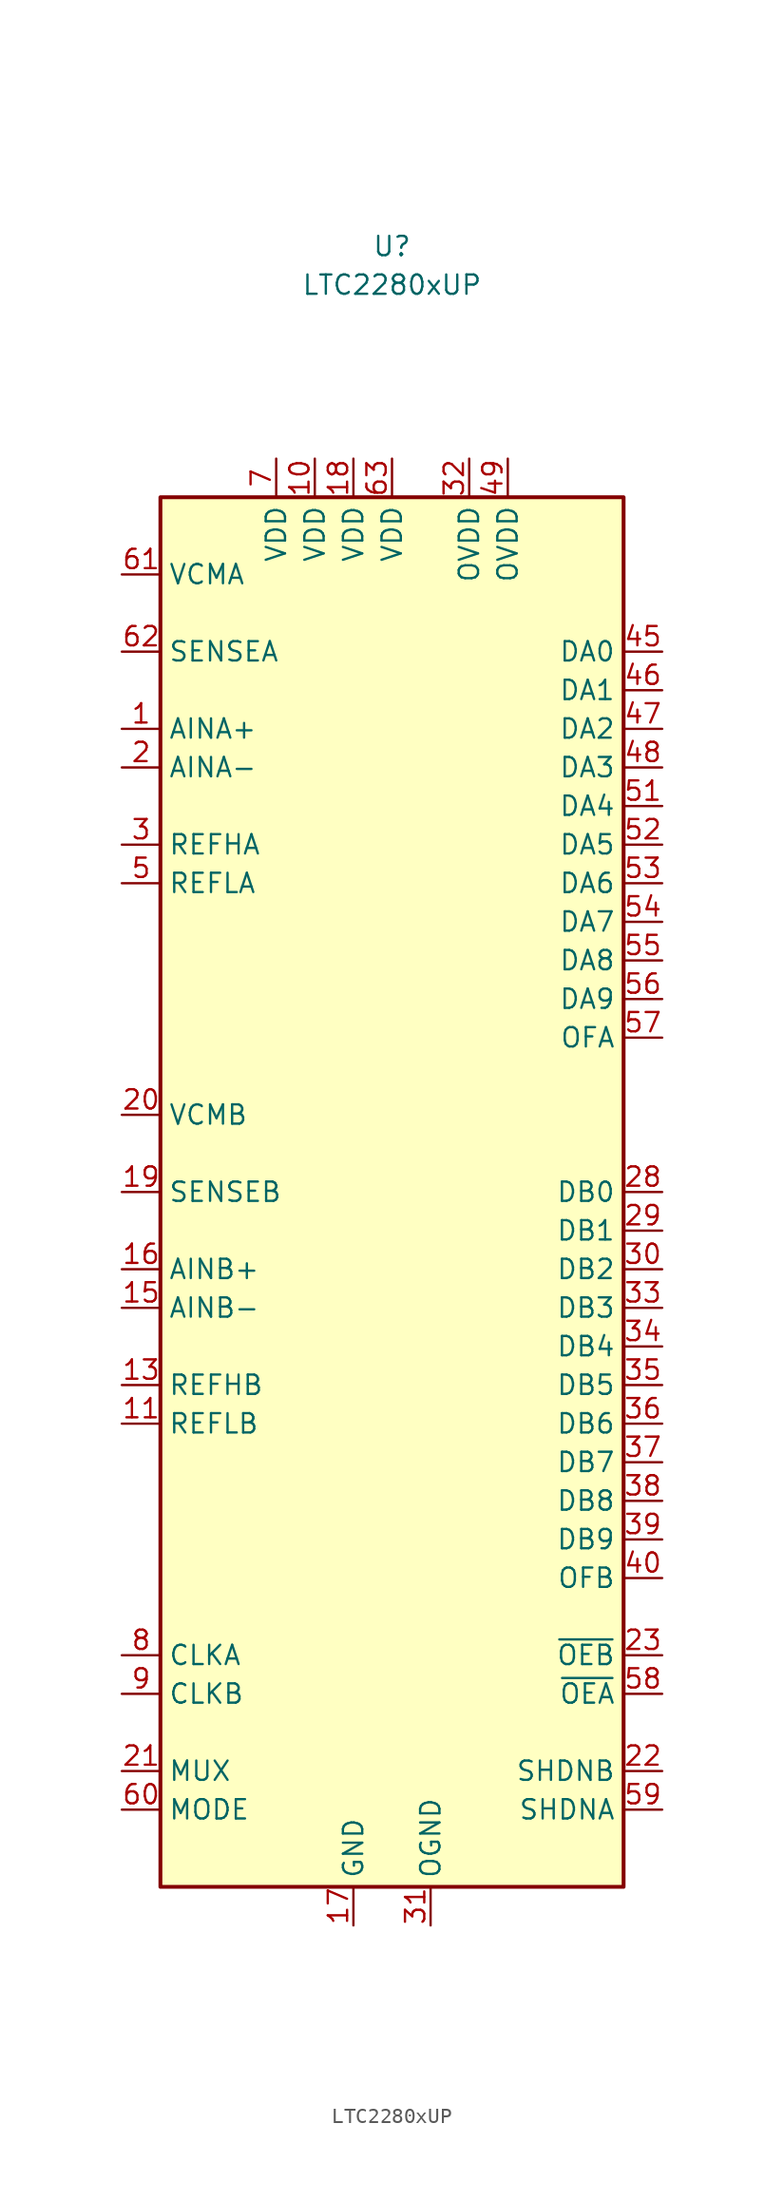
<source format=kicad_sym>
(kicad_symbol_lib
  (version 20211014)
  (generator kicad_symbol_editor)
  (symbol "LTC2280xUP"
    (property "Reference" "U"
      (at 0 0 0)
      (effects (font (size 1.27 1.27))))
    (property "Value" "LTC2280xUP"
      (at 0 -2.54 0)
      (effects (font (size 1.27 1.27))))
    (symbol "LTC2280xUP_0_1"
      (rectangle (start -15.24 -16.51) (end 15.24 -107.95) (stroke (width 0.254) (type default) (color 0 0 0 0)) (fill (type background))))
    (symbol "LTC2280xUP_1_1"
      (pin input line (at -17.78 -31.75 0) (length 2.54) (name "AINA+" (effects (font (size 1.27 1.27)))) (number "1" (effects (font (size 1.27 1.27)))))
      (pin power_in line (at -5.08 -13.97 270) (length 2.54) (name "VDD" (effects (font (size 1.27 1.27)))) (number "10" (effects (font (size 1.27 1.27)))))
      (pin input line (at -17.78 -77.47 0) (length 2.54) (name "REFLB" (effects (font (size 1.27 1.27)))) (number "11" (effects (font (size 1.27 1.27)))))
      (pin input line (at -17.78 -77.47 0) (length 2.54) hide (name "REFLB" (effects (font (size 1.27 1.27)))) (number "12" (effects (font (size 1.27 1.27)))))
      (pin input line (at -17.78 -74.93 0) (length 2.54) (name "REFHB" (effects (font (size 1.27 1.27)))) (number "13" (effects (font (size 1.27 1.27)))))
      (pin input line (at -17.78 -74.93 0) (length 2.54) hide (name "REFHB" (effects (font (size 1.27 1.27)))) (number "14" (effects (font (size 1.27 1.27)))))
      (pin input line (at -17.78 -69.85 0) (length 2.54) (name "AINB-" (effects (font (size 1.27 1.27)))) (number "15" (effects (font (size 1.27 1.27)))))
      (pin input line (at -17.78 -67.31 0) (length 2.54) (name "AINB+" (effects (font (size 1.27 1.27)))) (number "16" (effects (font (size 1.27 1.27)))))
      (pin power_in line (at -2.54 -110.49 90) (length 2.54) (name "GND" (effects (font (size 1.27 1.27)))) (number "17" (effects (font (size 1.27 1.27)))))
      (pin power_in line (at -2.54 -13.97 270) (length 2.54) (name "VDD" (effects (font (size 1.27 1.27)))) (number "18" (effects (font (size 1.27 1.27)))))
      (pin input line (at -17.78 -62.23 0) (length 2.54) (name "SENSEB" (effects (font (size 1.27 1.27)))) (number "19" (effects (font (size 1.27 1.27)))))
      (pin input line (at -17.78 -34.29 0) (length 2.54) (name "AINA-" (effects (font (size 1.27 1.27)))) (number "2" (effects (font (size 1.27 1.27)))))
      (pin passive line (at -17.78 -57.15 0) (length 2.54) (name "VCMB" (effects (font (size 1.27 1.27)))) (number "20" (effects (font (size 1.27 1.27)))))
      (pin input line (at -17.78 -100.33 0) (length 2.54) (name "MUX" (effects (font (size 1.27 1.27)))) (number "21" (effects (font (size 1.27 1.27)))))
      (pin input line (at 17.78 -100.33 180) (length 2.54) (name "SHDNB" (effects (font (size 1.27 1.27)))) (number "22" (effects (font (size 1.27 1.27)))))
      (pin input line (at 17.78 -92.71 180) (length 2.54) (name "~{OEB}" (effects (font (size 1.27 1.27)))) (number "23" (effects (font (size 1.27 1.27)))))
      (pin no_connect line (at -15.24 -82.55 0) (length 2.54) hide (name "NC" (effects (font (size 1.27 1.27)))) (number "24" (effects (font (size 1.27 1.27)))))
      (pin no_connect line (at -15.24 -85.09 0) (length 2.54) hide (name "NC" (effects (font (size 1.27 1.27)))) (number "25" (effects (font (size 1.27 1.27)))))
      (pin no_connect line (at 15.24 -57.15 180) (length 2.54) hide (name "NC" (effects (font (size 1.27 1.27)))) (number "26" (effects (font (size 1.27 1.27)))))
      (pin no_connect line (at 15.24 -59.69 180) (length 2.54) hide (name "NC" (effects (font (size 1.27 1.27)))) (number "27" (effects (font (size 1.27 1.27)))))
      (pin output line (at 17.78 -62.23 180) (length 2.54) (name "DB0" (effects (font (size 1.27 1.27)))) (number "28" (effects (font (size 1.27 1.27)))))
      (pin output line (at 17.78 -64.77 180) (length 2.54) (name "DB1" (effects (font (size 1.27 1.27)))) (number "29" (effects (font (size 1.27 1.27)))))
      (pin input line (at -17.78 -39.37 0) (length 2.54) (name "REFHA" (effects (font (size 1.27 1.27)))) (number "3" (effects (font (size 1.27 1.27)))))
      (pin output line (at 17.78 -67.31 180) (length 2.54) (name "DB2" (effects (font (size 1.27 1.27)))) (number "30" (effects (font (size 1.27 1.27)))))
      (pin power_in line (at 2.54 -110.49 90) (length 2.54) (name "OGND" (effects (font (size 1.27 1.27)))) (number "31" (effects (font (size 1.27 1.27)))))
      (pin power_in line (at 5.08 -13.97 270) (length 2.54) (name "OVDD" (effects (font (size 1.27 1.27)))) (number "32" (effects (font (size 1.27 1.27)))))
      (pin output line (at 17.78 -69.85 180) (length 2.54) (name "DB3" (effects (font (size 1.27 1.27)))) (number "33" (effects (font (size 1.27 1.27)))))
      (pin output line (at 17.78 -72.39 180) (length 2.54) (name "DB4" (effects (font (size 1.27 1.27)))) (number "34" (effects (font (size 1.27 1.27)))))
      (pin output line (at 17.78 -74.93 180) (length 2.54) (name "DB5" (effects (font (size 1.27 1.27)))) (number "35" (effects (font (size 1.27 1.27)))))
      (pin output line (at 17.78 -77.47 180) (length 2.54) (name "DB6" (effects (font (size 1.27 1.27)))) (number "36" (effects (font (size 1.27 1.27)))))
      (pin output line (at 17.78 -80.01 180) (length 2.54) (name "DB7" (effects (font (size 1.27 1.27)))) (number "37" (effects (font (size 1.27 1.27)))))
      (pin output line (at 17.78 -82.55 180) (length 2.54) (name "DB8" (effects (font (size 1.27 1.27)))) (number "38" (effects (font (size 1.27 1.27)))))
      (pin output line (at 17.78 -85.09 180) (length 2.54) (name "DB9" (effects (font (size 1.27 1.27)))) (number "39" (effects (font (size 1.27 1.27)))))
      (pin input line (at -17.78 -39.37 0) (length 2.54) hide (name "REFHA" (effects (font (size 1.27 1.27)))) (number "4" (effects (font (size 1.27 1.27)))))
      (pin output line (at 17.78 -87.63 180) (length 2.54) (name "OFB" (effects (font (size 1.27 1.27)))) (number "40" (effects (font (size 1.27 1.27)))))
      (pin no_connect line (at -15.24 -87.63 0) (length 2.54) hide (name "NC" (effects (font (size 1.27 1.27)))) (number "41" (effects (font (size 1.27 1.27)))))
      (pin no_connect line (at -15.24 -90.17 0) (length 2.54) hide (name "NC" (effects (font (size 1.27 1.27)))) (number "42" (effects (font (size 1.27 1.27)))))
      (pin no_connect line (at 15.24 -21.59 180) (length 2.54) hide (name "NC" (effects (font (size 1.27 1.27)))) (number "43" (effects (font (size 1.27 1.27)))))
      (pin no_connect line (at 15.24 -24.13 180) (length 2.54) hide (name "NC" (effects (font (size 1.27 1.27)))) (number "44" (effects (font (size 1.27 1.27)))))
      (pin output line (at 17.78 -26.67 180) (length 2.54) (name "DA0" (effects (font (size 1.27 1.27)))) (number "45" (effects (font (size 1.27 1.27)))))
      (pin output line (at 17.78 -29.21 180) (length 2.54) (name "DA1" (effects (font (size 1.27 1.27)))) (number "46" (effects (font (size 1.27 1.27)))))
      (pin output line (at 17.78 -31.75 180) (length 2.54) (name "DA2" (effects (font (size 1.27 1.27)))) (number "47" (effects (font (size 1.27 1.27)))))
      (pin output line (at 17.78 -34.29 180) (length 2.54) (name "DA3" (effects (font (size 1.27 1.27)))) (number "48" (effects (font (size 1.27 1.27)))))
      (pin power_in line (at 7.62 -13.97 270) (length 2.54) (name "OVDD" (effects (font (size 1.27 1.27)))) (number "49" (effects (font (size 1.27 1.27)))))
      (pin input line (at -17.78 -41.91 0) (length 2.54) (name "REFLA" (effects (font (size 1.27 1.27)))) (number "5" (effects (font (size 1.27 1.27)))))
      (pin passive line (at 2.54 -110.49 90) (length 2.54) hide (name "OGND" (effects (font (size 1.27 1.27)))) (number "50" (effects (font (size 1.27 1.27)))))
      (pin output line (at 17.78 -36.83 180) (length 2.54) (name "DA4" (effects (font (size 1.27 1.27)))) (number "51" (effects (font (size 1.27 1.27)))))
      (pin output line (at 17.78 -39.37 180) (length 2.54) (name "DA5" (effects (font (size 1.27 1.27)))) (number "52" (effects (font (size 1.27 1.27)))))
      (pin output line (at 17.78 -41.91 180) (length 2.54) (name "DA6" (effects (font (size 1.27 1.27)))) (number "53" (effects (font (size 1.27 1.27)))))
      (pin output line (at 17.78 -44.45 180) (length 2.54) (name "DA7" (effects (font (size 1.27 1.27)))) (number "54" (effects (font (size 1.27 1.27)))))
      (pin output line (at 17.78 -46.99 180) (length 2.54) (name "DA8" (effects (font (size 1.27 1.27)))) (number "55" (effects (font (size 1.27 1.27)))))
      (pin output line (at 17.78 -49.53 180) (length 2.54) (name "DA9" (effects (font (size 1.27 1.27)))) (number "56" (effects (font (size 1.27 1.27)))))
      (pin output line (at 17.78 -52.07 180) (length 2.54) (name "OFA" (effects (font (size 1.27 1.27)))) (number "57" (effects (font (size 1.27 1.27)))))
      (pin input line (at 17.78 -95.25 180) (length 2.54) (name "~{OEA}" (effects (font (size 1.27 1.27)))) (number "58" (effects (font (size 1.27 1.27)))))
      (pin input line (at 17.78 -102.87 180) (length 2.54) (name "SHDNA" (effects (font (size 1.27 1.27)))) (number "59" (effects (font (size 1.27 1.27)))))
      (pin input line (at -17.78 -41.91 0) (length 2.54) hide (name "REFLA" (effects (font (size 1.27 1.27)))) (number "6" (effects (font (size 1.27 1.27)))))
      (pin input line (at -17.78 -102.87 0) (length 2.54) (name "MODE" (effects (font (size 1.27 1.27)))) (number "60" (effects (font (size 1.27 1.27)))))
      (pin passive line (at -17.78 -21.59 0) (length 2.54) (name "VCMA" (effects (font (size 1.27 1.27)))) (number "61" (effects (font (size 1.27 1.27)))))
      (pin input line (at -17.78 -26.67 0) (length 2.54) (name "SENSEA" (effects (font (size 1.27 1.27)))) (number "62" (effects (font (size 1.27 1.27)))))
      (pin power_in line (at 0 -13.97 270) (length 2.54) (name "VDD" (effects (font (size 1.27 1.27)))) (number "63" (effects (font (size 1.27 1.27)))))
      (pin passive line (at -2.54 -110.49 90) (length 2.54) hide (name "GND" (effects (font (size 1.27 1.27)))) (number "64" (effects (font (size 1.27 1.27)))))
      (pin passive line (at -2.54 -110.49 90) (length 2.54) hide (name "GND" (effects (font (size 1.27 1.27)))) (number "65" (effects (font (size 1.27 1.27)))))
      (pin power_in line (at -7.62 -13.97 270) (length 2.54) (name "VDD" (effects (font (size 1.27 1.27)))) (number "7" (effects (font (size 1.27 1.27)))))
      (pin input line (at -17.78 -92.71 0) (length 2.54) (name "CLKA" (effects (font (size 1.27 1.27)))) (number "8" (effects (font (size 1.27 1.27)))))
      (pin input line (at -17.78 -95.25 0) (length 2.54) (name "CLKB" (effects (font (size 1.27 1.27)))) (number "9" (effects (font (size 1.27 1.27))))))))
</source>
